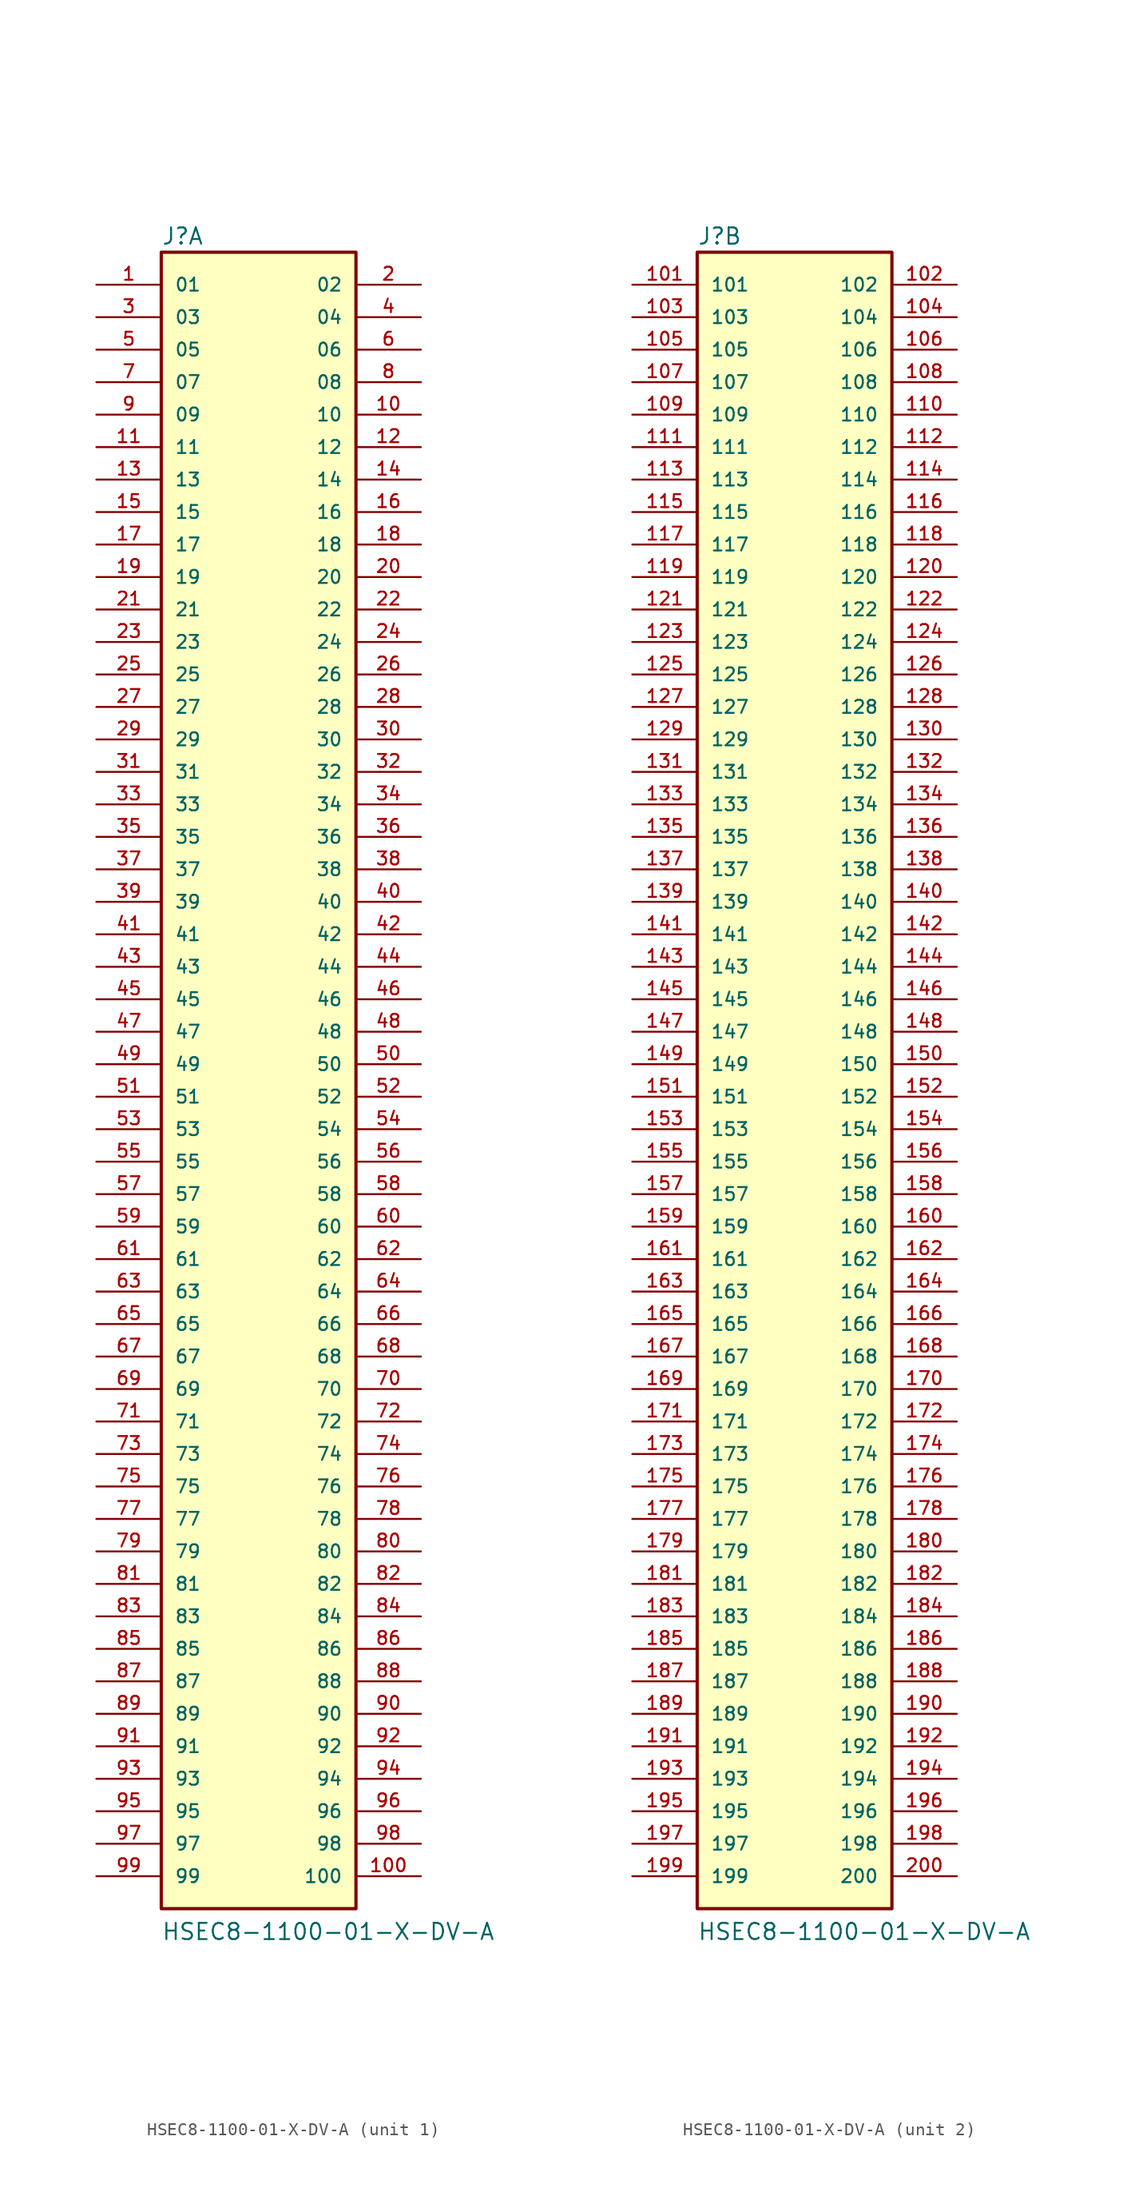
<source format=kicad_sym>
(kicad_symbol_lib
  (version 20231120)
  (generator "kicad_symbol_editor")
  (generator_version "8.0")
  (symbol "HSEC8-1100-01-X-DV-A"
    (pin_names
      (offset 1.016))
    (property "Reference" "J"
      (at -7.62 64.008 0)
      (effects (font (size 1.27 1.27)) (justify left bottom)))
    (property "Value" "HSEC8-1100-01-X-DV-A"
      (at -7.62 -68.58 0)
      (effects (font (size 1.27 1.27)) (justify left bottom)))
    (symbol "HSEC8-1100-01-X-DV-A_1_0"
      (rectangle (start -7.62 -66.04) (end 7.62 63.5) (stroke (width 0.254) (type default)) (fill (type background)))
      (pin passive line (at -12.7 60.96 0) (length 5.08) (name "01" (effects (font (size 1.016 1.016)))) (number "1" (effects (font (size 1.016 1.016)))))
      (pin passive line (at 12.7 50.8 180) (length 5.08) (name "10" (effects (font (size 1.016 1.016)))) (number "10" (effects (font (size 1.016 1.016)))))
      (pin passive line (at 12.7 -63.5 180) (length 5.08) (name "100" (effects (font (size 1.016 1.016)))) (number "100" (effects (font (size 1.016 1.016)))))
      (pin passive line (at -12.7 48.26 0) (length 5.08) (name "11" (effects (font (size 1.016 1.016)))) (number "11" (effects (font (size 1.016 1.016)))))
      (pin passive line (at 12.7 48.26 180) (length 5.08) (name "12" (effects (font (size 1.016 1.016)))) (number "12" (effects (font (size 1.016 1.016)))))
      (pin passive line (at -12.7 45.72 0) (length 5.08) (name "13" (effects (font (size 1.016 1.016)))) (number "13" (effects (font (size 1.016 1.016)))))
      (pin passive line (at 12.7 45.72 180) (length 5.08) (name "14" (effects (font (size 1.016 1.016)))) (number "14" (effects (font (size 1.016 1.016)))))
      (pin passive line (at -12.7 43.18 0) (length 5.08) (name "15" (effects (font (size 1.016 1.016)))) (number "15" (effects (font (size 1.016 1.016)))))
      (pin passive line (at 12.7 43.18 180) (length 5.08) (name "16" (effects (font (size 1.016 1.016)))) (number "16" (effects (font (size 1.016 1.016)))))
      (pin passive line (at -12.7 40.64 0) (length 5.08) (name "17" (effects (font (size 1.016 1.016)))) (number "17" (effects (font (size 1.016 1.016)))))
      (pin passive line (at 12.7 40.64 180) (length 5.08) (name "18" (effects (font (size 1.016 1.016)))) (number "18" (effects (font (size 1.016 1.016)))))
      (pin passive line (at -12.7 38.1 0) (length 5.08) (name "19" (effects (font (size 1.016 1.016)))) (number "19" (effects (font (size 1.016 1.016)))))
      (pin passive line (at 12.7 60.96 180) (length 5.08) (name "02" (effects (font (size 1.016 1.016)))) (number "2" (effects (font (size 1.016 1.016)))))
      (pin passive line (at 12.7 38.1 180) (length 5.08) (name "20" (effects (font (size 1.016 1.016)))) (number "20" (effects (font (size 1.016 1.016)))))
      (pin passive line (at -12.7 35.56 0) (length 5.08) (name "21" (effects (font (size 1.016 1.016)))) (number "21" (effects (font (size 1.016 1.016)))))
      (pin passive line (at 12.7 35.56 180) (length 5.08) (name "22" (effects (font (size 1.016 1.016)))) (number "22" (effects (font (size 1.016 1.016)))))
      (pin passive line (at -12.7 33.02 0) (length 5.08) (name "23" (effects (font (size 1.016 1.016)))) (number "23" (effects (font (size 1.016 1.016)))))
      (pin passive line (at 12.7 33.02 180) (length 5.08) (name "24" (effects (font (size 1.016 1.016)))) (number "24" (effects (font (size 1.016 1.016)))))
      (pin passive line (at -12.7 30.48 0) (length 5.08) (name "25" (effects (font (size 1.016 1.016)))) (number "25" (effects (font (size 1.016 1.016)))))
      (pin passive line (at 12.7 30.48 180) (length 5.08) (name "26" (effects (font (size 1.016 1.016)))) (number "26" (effects (font (size 1.016 1.016)))))
      (pin passive line (at -12.7 27.94 0) (length 5.08) (name "27" (effects (font (size 1.016 1.016)))) (number "27" (effects (font (size 1.016 1.016)))))
      (pin passive line (at 12.7 27.94 180) (length 5.08) (name "28" (effects (font (size 1.016 1.016)))) (number "28" (effects (font (size 1.016 1.016)))))
      (pin passive line (at -12.7 25.4 0) (length 5.08) (name "29" (effects (font (size 1.016 1.016)))) (number "29" (effects (font (size 1.016 1.016)))))
      (pin passive line (at -12.7 58.42 0) (length 5.08) (name "03" (effects (font (size 1.016 1.016)))) (number "3" (effects (font (size 1.016 1.016)))))
      (pin passive line (at 12.7 25.4 180) (length 5.08) (name "30" (effects (font (size 1.016 1.016)))) (number "30" (effects (font (size 1.016 1.016)))))
      (pin passive line (at -12.7 22.86 0) (length 5.08) (name "31" (effects (font (size 1.016 1.016)))) (number "31" (effects (font (size 1.016 1.016)))))
      (pin passive line (at 12.7 22.86 180) (length 5.08) (name "32" (effects (font (size 1.016 1.016)))) (number "32" (effects (font (size 1.016 1.016)))))
      (pin passive line (at -12.7 20.32 0) (length 5.08) (name "33" (effects (font (size 1.016 1.016)))) (number "33" (effects (font (size 1.016 1.016)))))
      (pin passive line (at 12.7 20.32 180) (length 5.08) (name "34" (effects (font (size 1.016 1.016)))) (number "34" (effects (font (size 1.016 1.016)))))
      (pin passive line (at -12.7 17.78 0) (length 5.08) (name "35" (effects (font (size 1.016 1.016)))) (number "35" (effects (font (size 1.016 1.016)))))
      (pin passive line (at 12.7 17.78 180) (length 5.08) (name "36" (effects (font (size 1.016 1.016)))) (number "36" (effects (font (size 1.016 1.016)))))
      (pin passive line (at -12.7 15.24 0) (length 5.08) (name "37" (effects (font (size 1.016 1.016)))) (number "37" (effects (font (size 1.016 1.016)))))
      (pin passive line (at 12.7 15.24 180) (length 5.08) (name "38" (effects (font (size 1.016 1.016)))) (number "38" (effects (font (size 1.016 1.016)))))
      (pin passive line (at -12.7 12.7 0) (length 5.08) (name "39" (effects (font (size 1.016 1.016)))) (number "39" (effects (font (size 1.016 1.016)))))
      (pin passive line (at 12.7 58.42 180) (length 5.08) (name "04" (effects (font (size 1.016 1.016)))) (number "4" (effects (font (size 1.016 1.016)))))
      (pin passive line (at 12.7 12.7 180) (length 5.08) (name "40" (effects (font (size 1.016 1.016)))) (number "40" (effects (font (size 1.016 1.016)))))
      (pin passive line (at -12.7 10.16 0) (length 5.08) (name "41" (effects (font (size 1.016 1.016)))) (number "41" (effects (font (size 1.016 1.016)))))
      (pin passive line (at 12.7 10.16 180) (length 5.08) (name "42" (effects (font (size 1.016 1.016)))) (number "42" (effects (font (size 1.016 1.016)))))
      (pin passive line (at -12.7 7.62 0) (length 5.08) (name "43" (effects (font (size 1.016 1.016)))) (number "43" (effects (font (size 1.016 1.016)))))
      (pin passive line (at 12.7 7.62 180) (length 5.08) (name "44" (effects (font (size 1.016 1.016)))) (number "44" (effects (font (size 1.016 1.016)))))
      (pin passive line (at -12.7 5.08 0) (length 5.08) (name "45" (effects (font (size 1.016 1.016)))) (number "45" (effects (font (size 1.016 1.016)))))
      (pin passive line (at 12.7 5.08 180) (length 5.08) (name "46" (effects (font (size 1.016 1.016)))) (number "46" (effects (font (size 1.016 1.016)))))
      (pin passive line (at -12.7 2.54 0) (length 5.08) (name "47" (effects (font (size 1.016 1.016)))) (number "47" (effects (font (size 1.016 1.016)))))
      (pin passive line (at 12.7 2.54 180) (length 5.08) (name "48" (effects (font (size 1.016 1.016)))) (number "48" (effects (font (size 1.016 1.016)))))
      (pin passive line (at -12.7 0 0) (length 5.08) (name "49" (effects (font (size 1.016 1.016)))) (number "49" (effects (font (size 1.016 1.016)))))
      (pin passive line (at -12.7 55.88 0) (length 5.08) (name "05" (effects (font (size 1.016 1.016)))) (number "5" (effects (font (size 1.016 1.016)))))
      (pin passive line (at 12.7 0 180) (length 5.08) (name "50" (effects (font (size 1.016 1.016)))) (number "50" (effects (font (size 1.016 1.016)))))
      (pin passive line (at -12.7 -2.54 0) (length 5.08) (name "51" (effects (font (size 1.016 1.016)))) (number "51" (effects (font (size 1.016 1.016)))))
      (pin passive line (at 12.7 -2.54 180) (length 5.08) (name "52" (effects (font (size 1.016 1.016)))) (number "52" (effects (font (size 1.016 1.016)))))
      (pin passive line (at -12.7 -5.08 0) (length 5.08) (name "53" (effects (font (size 1.016 1.016)))) (number "53" (effects (font (size 1.016 1.016)))))
      (pin passive line (at 12.7 -5.08 180) (length 5.08) (name "54" (effects (font (size 1.016 1.016)))) (number "54" (effects (font (size 1.016 1.016)))))
      (pin passive line (at -12.7 -7.62 0) (length 5.08) (name "55" (effects (font (size 1.016 1.016)))) (number "55" (effects (font (size 1.016 1.016)))))
      (pin passive line (at 12.7 -7.62 180) (length 5.08) (name "56" (effects (font (size 1.016 1.016)))) (number "56" (effects (font (size 1.016 1.016)))))
      (pin passive line (at -12.7 -10.16 0) (length 5.08) (name "57" (effects (font (size 1.016 1.016)))) (number "57" (effects (font (size 1.016 1.016)))))
      (pin passive line (at 12.7 -10.16 180) (length 5.08) (name "58" (effects (font (size 1.016 1.016)))) (number "58" (effects (font (size 1.016 1.016)))))
      (pin passive line (at -12.7 -12.7 0) (length 5.08) (name "59" (effects (font (size 1.016 1.016)))) (number "59" (effects (font (size 1.016 1.016)))))
      (pin passive line (at 12.7 55.88 180) (length 5.08) (name "06" (effects (font (size 1.016 1.016)))) (number "6" (effects (font (size 1.016 1.016)))))
      (pin passive line (at 12.7 -12.7 180) (length 5.08) (name "60" (effects (font (size 1.016 1.016)))) (number "60" (effects (font (size 1.016 1.016)))))
      (pin passive line (at -12.7 -15.24 0) (length 5.08) (name "61" (effects (font (size 1.016 1.016)))) (number "61" (effects (font (size 1.016 1.016)))))
      (pin passive line (at 12.7 -15.24 180) (length 5.08) (name "62" (effects (font (size 1.016 1.016)))) (number "62" (effects (font (size 1.016 1.016)))))
      (pin passive line (at -12.7 -17.78 0) (length 5.08) (name "63" (effects (font (size 1.016 1.016)))) (number "63" (effects (font (size 1.016 1.016)))))
      (pin passive line (at 12.7 -17.78 180) (length 5.08) (name "64" (effects (font (size 1.016 1.016)))) (number "64" (effects (font (size 1.016 1.016)))))
      (pin passive line (at -12.7 -20.32 0) (length 5.08) (name "65" (effects (font (size 1.016 1.016)))) (number "65" (effects (font (size 1.016 1.016)))))
      (pin passive line (at 12.7 -20.32 180) (length 5.08) (name "66" (effects (font (size 1.016 1.016)))) (number "66" (effects (font (size 1.016 1.016)))))
      (pin passive line (at -12.7 -22.86 0) (length 5.08) (name "67" (effects (font (size 1.016 1.016)))) (number "67" (effects (font (size 1.016 1.016)))))
      (pin passive line (at 12.7 -22.86 180) (length 5.08) (name "68" (effects (font (size 1.016 1.016)))) (number "68" (effects (font (size 1.016 1.016)))))
      (pin passive line (at -12.7 -25.4 0) (length 5.08) (name "69" (effects (font (size 1.016 1.016)))) (number "69" (effects (font (size 1.016 1.016)))))
      (pin passive line (at -12.7 53.34 0) (length 5.08) (name "07" (effects (font (size 1.016 1.016)))) (number "7" (effects (font (size 1.016 1.016)))))
      (pin passive line (at 12.7 -25.4 180) (length 5.08) (name "70" (effects (font (size 1.016 1.016)))) (number "70" (effects (font (size 1.016 1.016)))))
      (pin passive line (at -12.7 -27.94 0) (length 5.08) (name "71" (effects (font (size 1.016 1.016)))) (number "71" (effects (font (size 1.016 1.016)))))
      (pin passive line (at 12.7 -27.94 180) (length 5.08) (name "72" (effects (font (size 1.016 1.016)))) (number "72" (effects (font (size 1.016 1.016)))))
      (pin passive line (at -12.7 -30.48 0) (length 5.08) (name "73" (effects (font (size 1.016 1.016)))) (number "73" (effects (font (size 1.016 1.016)))))
      (pin passive line (at 12.7 -30.48 180) (length 5.08) (name "74" (effects (font (size 1.016 1.016)))) (number "74" (effects (font (size 1.016 1.016)))))
      (pin passive line (at -12.7 -33.02 0) (length 5.08) (name "75" (effects (font (size 1.016 1.016)))) (number "75" (effects (font (size 1.016 1.016)))))
      (pin passive line (at 12.7 -33.02 180) (length 5.08) (name "76" (effects (font (size 1.016 1.016)))) (number "76" (effects (font (size 1.016 1.016)))))
      (pin passive line (at -12.7 -35.56 0) (length 5.08) (name "77" (effects (font (size 1.016 1.016)))) (number "77" (effects (font (size 1.016 1.016)))))
      (pin passive line (at 12.7 -35.56 180) (length 5.08) (name "78" (effects (font (size 1.016 1.016)))) (number "78" (effects (font (size 1.016 1.016)))))
      (pin passive line (at -12.7 -38.1 0) (length 5.08) (name "79" (effects (font (size 1.016 1.016)))) (number "79" (effects (font (size 1.016 1.016)))))
      (pin passive line (at 12.7 53.34 180) (length 5.08) (name "08" (effects (font (size 1.016 1.016)))) (number "8" (effects (font (size 1.016 1.016)))))
      (pin passive line (at 12.7 -38.1 180) (length 5.08) (name "80" (effects (font (size 1.016 1.016)))) (number "80" (effects (font (size 1.016 1.016)))))
      (pin passive line (at -12.7 -40.64 0) (length 5.08) (name "81" (effects (font (size 1.016 1.016)))) (number "81" (effects (font (size 1.016 1.016)))))
      (pin passive line (at 12.7 -40.64 180) (length 5.08) (name "82" (effects (font (size 1.016 1.016)))) (number "82" (effects (font (size 1.016 1.016)))))
      (pin passive line (at -12.7 -43.18 0) (length 5.08) (name "83" (effects (font (size 1.016 1.016)))) (number "83" (effects (font (size 1.016 1.016)))))
      (pin passive line (at 12.7 -43.18 180) (length 5.08) (name "84" (effects (font (size 1.016 1.016)))) (number "84" (effects (font (size 1.016 1.016)))))
      (pin passive line (at -12.7 -45.72 0) (length 5.08) (name "85" (effects (font (size 1.016 1.016)))) (number "85" (effects (font (size 1.016 1.016)))))
      (pin passive line (at 12.7 -45.72 180) (length 5.08) (name "86" (effects (font (size 1.016 1.016)))) (number "86" (effects (font (size 1.016 1.016)))))
      (pin passive line (at -12.7 -48.26 0) (length 5.08) (name "87" (effects (font (size 1.016 1.016)))) (number "87" (effects (font (size 1.016 1.016)))))
      (pin passive line (at 12.7 -48.26 180) (length 5.08) (name "88" (effects (font (size 1.016 1.016)))) (number "88" (effects (font (size 1.016 1.016)))))
      (pin passive line (at -12.7 -50.8 0) (length 5.08) (name "89" (effects (font (size 1.016 1.016)))) (number "89" (effects (font (size 1.016 1.016)))))
      (pin passive line (at -12.7 50.8 0) (length 5.08) (name "09" (effects (font (size 1.016 1.016)))) (number "9" (effects (font (size 1.016 1.016)))))
      (pin passive line (at 12.7 -50.8 180) (length 5.08) (name "90" (effects (font (size 1.016 1.016)))) (number "90" (effects (font (size 1.016 1.016)))))
      (pin passive line (at -12.7 -53.34 0) (length 5.08) (name "91" (effects (font (size 1.016 1.016)))) (number "91" (effects (font (size 1.016 1.016)))))
      (pin passive line (at 12.7 -53.34 180) (length 5.08) (name "92" (effects (font (size 1.016 1.016)))) (number "92" (effects (font (size 1.016 1.016)))))
      (pin passive line (at -12.7 -55.88 0) (length 5.08) (name "93" (effects (font (size 1.016 1.016)))) (number "93" (effects (font (size 1.016 1.016)))))
      (pin passive line (at 12.7 -55.88 180) (length 5.08) (name "94" (effects (font (size 1.016 1.016)))) (number "94" (effects (font (size 1.016 1.016)))))
      (pin passive line (at -12.7 -58.42 0) (length 5.08) (name "95" (effects (font (size 1.016 1.016)))) (number "95" (effects (font (size 1.016 1.016)))))
      (pin passive line (at 12.7 -58.42 180) (length 5.08) (name "96" (effects (font (size 1.016 1.016)))) (number "96" (effects (font (size 1.016 1.016)))))
      (pin passive line (at -12.7 -60.96 0) (length 5.08) (name "97" (effects (font (size 1.016 1.016)))) (number "97" (effects (font (size 1.016 1.016)))))
      (pin passive line (at 12.7 -60.96 180) (length 5.08) (name "98" (effects (font (size 1.016 1.016)))) (number "98" (effects (font (size 1.016 1.016)))))
      (pin passive line (at -12.7 -63.5 0) (length 5.08) (name "99" (effects (font (size 1.016 1.016)))) (number "99" (effects (font (size 1.016 1.016))))))
    (symbol "HSEC8-1100-01-X-DV-A_2_0"
      (rectangle (start -7.62 -66.04) (end 7.62 63.5) (stroke (width 0.254) (type default)) (fill (type background)))
      (pin passive line (at -12.7 60.96 0) (length 5.08) (name "101" (effects (font (size 1.016 1.016)))) (number "101" (effects (font (size 1.016 1.016)))))
      (pin passive line (at 12.7 60.96 180) (length 5.08) (name "102" (effects (font (size 1.016 1.016)))) (number "102" (effects (font (size 1.016 1.016)))))
      (pin passive line (at -12.7 58.42 0) (length 5.08) (name "103" (effects (font (size 1.016 1.016)))) (number "103" (effects (font (size 1.016 1.016)))))
      (pin passive line (at 12.7 58.42 180) (length 5.08) (name "104" (effects (font (size 1.016 1.016)))) (number "104" (effects (font (size 1.016 1.016)))))
      (pin passive line (at -12.7 55.88 0) (length 5.08) (name "105" (effects (font (size 1.016 1.016)))) (number "105" (effects (font (size 1.016 1.016)))))
      (pin passive line (at 12.7 55.88 180) (length 5.08) (name "106" (effects (font (size 1.016 1.016)))) (number "106" (effects (font (size 1.016 1.016)))))
      (pin passive line (at -12.7 53.34 0) (length 5.08) (name "107" (effects (font (size 1.016 1.016)))) (number "107" (effects (font (size 1.016 1.016)))))
      (pin passive line (at 12.7 53.34 180) (length 5.08) (name "108" (effects (font (size 1.016 1.016)))) (number "108" (effects (font (size 1.016 1.016)))))
      (pin passive line (at -12.7 50.8 0) (length 5.08) (name "109" (effects (font (size 1.016 1.016)))) (number "109" (effects (font (size 1.016 1.016)))))
      (pin passive line (at 12.7 50.8 180) (length 5.08) (name "110" (effects (font (size 1.016 1.016)))) (number "110" (effects (font (size 1.016 1.016)))))
      (pin passive line (at -12.7 48.26 0) (length 5.08) (name "111" (effects (font (size 1.016 1.016)))) (number "111" (effects (font (size 1.016 1.016)))))
      (pin passive line (at 12.7 48.26 180) (length 5.08) (name "112" (effects (font (size 1.016 1.016)))) (number "112" (effects (font (size 1.016 1.016)))))
      (pin passive line (at -12.7 45.72 0) (length 5.08) (name "113" (effects (font (size 1.016 1.016)))) (number "113" (effects (font (size 1.016 1.016)))))
      (pin passive line (at 12.7 45.72 180) (length 5.08) (name "114" (effects (font (size 1.016 1.016)))) (number "114" (effects (font (size 1.016 1.016)))))
      (pin passive line (at -12.7 43.18 0) (length 5.08) (name "115" (effects (font (size 1.016 1.016)))) (number "115" (effects (font (size 1.016 1.016)))))
      (pin passive line (at 12.7 43.18 180) (length 5.08) (name "116" (effects (font (size 1.016 1.016)))) (number "116" (effects (font (size 1.016 1.016)))))
      (pin passive line (at -12.7 40.64 0) (length 5.08) (name "117" (effects (font (size 1.016 1.016)))) (number "117" (effects (font (size 1.016 1.016)))))
      (pin passive line (at 12.7 40.64 180) (length 5.08) (name "118" (effects (font (size 1.016 1.016)))) (number "118" (effects (font (size 1.016 1.016)))))
      (pin passive line (at -12.7 38.1 0) (length 5.08) (name "119" (effects (font (size 1.016 1.016)))) (number "119" (effects (font (size 1.016 1.016)))))
      (pin passive line (at 12.7 38.1 180) (length 5.08) (name "120" (effects (font (size 1.016 1.016)))) (number "120" (effects (font (size 1.016 1.016)))))
      (pin passive line (at -12.7 35.56 0) (length 5.08) (name "121" (effects (font (size 1.016 1.016)))) (number "121" (effects (font (size 1.016 1.016)))))
      (pin passive line (at 12.7 35.56 180) (length 5.08) (name "122" (effects (font (size 1.016 1.016)))) (number "122" (effects (font (size 1.016 1.016)))))
      (pin passive line (at -12.7 33.02 0) (length 5.08) (name "123" (effects (font (size 1.016 1.016)))) (number "123" (effects (font (size 1.016 1.016)))))
      (pin passive line (at 12.7 33.02 180) (length 5.08) (name "124" (effects (font (size 1.016 1.016)))) (number "124" (effects (font (size 1.016 1.016)))))
      (pin passive line (at -12.7 30.48 0) (length 5.08) (name "125" (effects (font (size 1.016 1.016)))) (number "125" (effects (font (size 1.016 1.016)))))
      (pin passive line (at 12.7 30.48 180) (length 5.08) (name "126" (effects (font (size 1.016 1.016)))) (number "126" (effects (font (size 1.016 1.016)))))
      (pin passive line (at -12.7 27.94 0) (length 5.08) (name "127" (effects (font (size 1.016 1.016)))) (number "127" (effects (font (size 1.016 1.016)))))
      (pin passive line (at 12.7 27.94 180) (length 5.08) (name "128" (effects (font (size 1.016 1.016)))) (number "128" (effects (font (size 1.016 1.016)))))
      (pin passive line (at -12.7 25.4 0) (length 5.08) (name "129" (effects (font (size 1.016 1.016)))) (number "129" (effects (font (size 1.016 1.016)))))
      (pin passive line (at 12.7 25.4 180) (length 5.08) (name "130" (effects (font (size 1.016 1.016)))) (number "130" (effects (font (size 1.016 1.016)))))
      (pin passive line (at -12.7 22.86 0) (length 5.08) (name "131" (effects (font (size 1.016 1.016)))) (number "131" (effects (font (size 1.016 1.016)))))
      (pin passive line (at 12.7 22.86 180) (length 5.08) (name "132" (effects (font (size 1.016 1.016)))) (number "132" (effects (font (size 1.016 1.016)))))
      (pin passive line (at -12.7 20.32 0) (length 5.08) (name "133" (effects (font (size 1.016 1.016)))) (number "133" (effects (font (size 1.016 1.016)))))
      (pin passive line (at 12.7 20.32 180) (length 5.08) (name "134" (effects (font (size 1.016 1.016)))) (number "134" (effects (font (size 1.016 1.016)))))
      (pin passive line (at -12.7 17.78 0) (length 5.08) (name "135" (effects (font (size 1.016 1.016)))) (number "135" (effects (font (size 1.016 1.016)))))
      (pin passive line (at 12.7 17.78 180) (length 5.08) (name "136" (effects (font (size 1.016 1.016)))) (number "136" (effects (font (size 1.016 1.016)))))
      (pin passive line (at -12.7 15.24 0) (length 5.08) (name "137" (effects (font (size 1.016 1.016)))) (number "137" (effects (font (size 1.016 1.016)))))
      (pin passive line (at 12.7 15.24 180) (length 5.08) (name "138" (effects (font (size 1.016 1.016)))) (number "138" (effects (font (size 1.016 1.016)))))
      (pin passive line (at -12.7 12.7 0) (length 5.08) (name "139" (effects (font (size 1.016 1.016)))) (number "139" (effects (font (size 1.016 1.016)))))
      (pin passive line (at 12.7 12.7 180) (length 5.08) (name "140" (effects (font (size 1.016 1.016)))) (number "140" (effects (font (size 1.016 1.016)))))
      (pin passive line (at -12.7 10.16 0) (length 5.08) (name "141" (effects (font (size 1.016 1.016)))) (number "141" (effects (font (size 1.016 1.016)))))
      (pin passive line (at 12.7 10.16 180) (length 5.08) (name "142" (effects (font (size 1.016 1.016)))) (number "142" (effects (font (size 1.016 1.016)))))
      (pin passive line (at -12.7 7.62 0) (length 5.08) (name "143" (effects (font (size 1.016 1.016)))) (number "143" (effects (font (size 1.016 1.016)))))
      (pin passive line (at 12.7 7.62 180) (length 5.08) (name "144" (effects (font (size 1.016 1.016)))) (number "144" (effects (font (size 1.016 1.016)))))
      (pin passive line (at -12.7 5.08 0) (length 5.08) (name "145" (effects (font (size 1.016 1.016)))) (number "145" (effects (font (size 1.016 1.016)))))
      (pin passive line (at 12.7 5.08 180) (length 5.08) (name "146" (effects (font (size 1.016 1.016)))) (number "146" (effects (font (size 1.016 1.016)))))
      (pin passive line (at -12.7 2.54 0) (length 5.08) (name "147" (effects (font (size 1.016 1.016)))) (number "147" (effects (font (size 1.016 1.016)))))
      (pin passive line (at 12.7 2.54 180) (length 5.08) (name "148" (effects (font (size 1.016 1.016)))) (number "148" (effects (font (size 1.016 1.016)))))
      (pin passive line (at -12.7 0 0) (length 5.08) (name "149" (effects (font (size 1.016 1.016)))) (number "149" (effects (font (size 1.016 1.016)))))
      (pin passive line (at 12.7 0 180) (length 5.08) (name "150" (effects (font (size 1.016 1.016)))) (number "150" (effects (font (size 1.016 1.016)))))
      (pin passive line (at -12.7 -2.54 0) (length 5.08) (name "151" (effects (font (size 1.016 1.016)))) (number "151" (effects (font (size 1.016 1.016)))))
      (pin passive line (at 12.7 -2.54 180) (length 5.08) (name "152" (effects (font (size 1.016 1.016)))) (number "152" (effects (font (size 1.016 1.016)))))
      (pin passive line (at -12.7 -5.08 0) (length 5.08) (name "153" (effects (font (size 1.016 1.016)))) (number "153" (effects (font (size 1.016 1.016)))))
      (pin passive line (at 12.7 -5.08 180) (length 5.08) (name "154" (effects (font (size 1.016 1.016)))) (number "154" (effects (font (size 1.016 1.016)))))
      (pin passive line (at -12.7 -7.62 0) (length 5.08) (name "155" (effects (font (size 1.016 1.016)))) (number "155" (effects (font (size 1.016 1.016)))))
      (pin passive line (at 12.7 -7.62 180) (length 5.08) (name "156" (effects (font (size 1.016 1.016)))) (number "156" (effects (font (size 1.016 1.016)))))
      (pin passive line (at -12.7 -10.16 0) (length 5.08) (name "157" (effects (font (size 1.016 1.016)))) (number "157" (effects (font (size 1.016 1.016)))))
      (pin passive line (at 12.7 -10.16 180) (length 5.08) (name "158" (effects (font (size 1.016 1.016)))) (number "158" (effects (font (size 1.016 1.016)))))
      (pin passive line (at -12.7 -12.7 0) (length 5.08) (name "159" (effects (font (size 1.016 1.016)))) (number "159" (effects (font (size 1.016 1.016)))))
      (pin passive line (at 12.7 -12.7 180) (length 5.08) (name "160" (effects (font (size 1.016 1.016)))) (number "160" (effects (font (size 1.016 1.016)))))
      (pin passive line (at -12.7 -15.24 0) (length 5.08) (name "161" (effects (font (size 1.016 1.016)))) (number "161" (effects (font (size 1.016 1.016)))))
      (pin passive line (at 12.7 -15.24 180) (length 5.08) (name "162" (effects (font (size 1.016 1.016)))) (number "162" (effects (font (size 1.016 1.016)))))
      (pin passive line (at -12.7 -17.78 0) (length 5.08) (name "163" (effects (font (size 1.016 1.016)))) (number "163" (effects (font (size 1.016 1.016)))))
      (pin passive line (at 12.7 -17.78 180) (length 5.08) (name "164" (effects (font (size 1.016 1.016)))) (number "164" (effects (font (size 1.016 1.016)))))
      (pin passive line (at -12.7 -20.32 0) (length 5.08) (name "165" (effects (font (size 1.016 1.016)))) (number "165" (effects (font (size 1.016 1.016)))))
      (pin passive line (at 12.7 -20.32 180) (length 5.08) (name "166" (effects (font (size 1.016 1.016)))) (number "166" (effects (font (size 1.016 1.016)))))
      (pin passive line (at -12.7 -22.86 0) (length 5.08) (name "167" (effects (font (size 1.016 1.016)))) (number "167" (effects (font (size 1.016 1.016)))))
      (pin passive line (at 12.7 -22.86 180) (length 5.08) (name "168" (effects (font (size 1.016 1.016)))) (number "168" (effects (font (size 1.016 1.016)))))
      (pin passive line (at -12.7 -25.4 0) (length 5.08) (name "169" (effects (font (size 1.016 1.016)))) (number "169" (effects (font (size 1.016 1.016)))))
      (pin passive line (at 12.7 -25.4 180) (length 5.08) (name "170" (effects (font (size 1.016 1.016)))) (number "170" (effects (font (size 1.016 1.016)))))
      (pin passive line (at -12.7 -27.94 0) (length 5.08) (name "171" (effects (font (size 1.016 1.016)))) (number "171" (effects (font (size 1.016 1.016)))))
      (pin passive line (at 12.7 -27.94 180) (length 5.08) (name "172" (effects (font (size 1.016 1.016)))) (number "172" (effects (font (size 1.016 1.016)))))
      (pin passive line (at -12.7 -30.48 0) (length 5.08) (name "173" (effects (font (size 1.016 1.016)))) (number "173" (effects (font (size 1.016 1.016)))))
      (pin passive line (at 12.7 -30.48 180) (length 5.08) (name "174" (effects (font (size 1.016 1.016)))) (number "174" (effects (font (size 1.016 1.016)))))
      (pin passive line (at -12.7 -33.02 0) (length 5.08) (name "175" (effects (font (size 1.016 1.016)))) (number "175" (effects (font (size 1.016 1.016)))))
      (pin passive line (at 12.7 -33.02 180) (length 5.08) (name "176" (effects (font (size 1.016 1.016)))) (number "176" (effects (font (size 1.016 1.016)))))
      (pin passive line (at -12.7 -35.56 0) (length 5.08) (name "177" (effects (font (size 1.016 1.016)))) (number "177" (effects (font (size 1.016 1.016)))))
      (pin passive line (at 12.7 -35.56 180) (length 5.08) (name "178" (effects (font (size 1.016 1.016)))) (number "178" (effects (font (size 1.016 1.016)))))
      (pin passive line (at -12.7 -38.1 0) (length 5.08) (name "179" (effects (font (size 1.016 1.016)))) (number "179" (effects (font (size 1.016 1.016)))))
      (pin passive line (at 12.7 -38.1 180) (length 5.08) (name "180" (effects (font (size 1.016 1.016)))) (number "180" (effects (font (size 1.016 1.016)))))
      (pin passive line (at -12.7 -40.64 0) (length 5.08) (name "181" (effects (font (size 1.016 1.016)))) (number "181" (effects (font (size 1.016 1.016)))))
      (pin passive line (at 12.7 -40.64 180) (length 5.08) (name "182" (effects (font (size 1.016 1.016)))) (number "182" (effects (font (size 1.016 1.016)))))
      (pin passive line (at -12.7 -43.18 0) (length 5.08) (name "183" (effects (font (size 1.016 1.016)))) (number "183" (effects (font (size 1.016 1.016)))))
      (pin passive line (at 12.7 -43.18 180) (length 5.08) (name "184" (effects (font (size 1.016 1.016)))) (number "184" (effects (font (size 1.016 1.016)))))
      (pin passive line (at -12.7 -45.72 0) (length 5.08) (name "185" (effects (font (size 1.016 1.016)))) (number "185" (effects (font (size 1.016 1.016)))))
      (pin passive line (at 12.7 -45.72 180) (length 5.08) (name "186" (effects (font (size 1.016 1.016)))) (number "186" (effects (font (size 1.016 1.016)))))
      (pin passive line (at -12.7 -48.26 0) (length 5.08) (name "187" (effects (font (size 1.016 1.016)))) (number "187" (effects (font (size 1.016 1.016)))))
      (pin passive line (at 12.7 -48.26 180) (length 5.08) (name "188" (effects (font (size 1.016 1.016)))) (number "188" (effects (font (size 1.016 1.016)))))
      (pin passive line (at -12.7 -50.8 0) (length 5.08) (name "189" (effects (font (size 1.016 1.016)))) (number "189" (effects (font (size 1.016 1.016)))))
      (pin passive line (at 12.7 -50.8 180) (length 5.08) (name "190" (effects (font (size 1.016 1.016)))) (number "190" (effects (font (size 1.016 1.016)))))
      (pin passive line (at -12.7 -53.34 0) (length 5.08) (name "191" (effects (font (size 1.016 1.016)))) (number "191" (effects (font (size 1.016 1.016)))))
      (pin passive line (at 12.7 -53.34 180) (length 5.08) (name "192" (effects (font (size 1.016 1.016)))) (number "192" (effects (font (size 1.016 1.016)))))
      (pin passive line (at -12.7 -55.88 0) (length 5.08) (name "193" (effects (font (size 1.016 1.016)))) (number "193" (effects (font (size 1.016 1.016)))))
      (pin passive line (at 12.7 -55.88 180) (length 5.08) (name "194" (effects (font (size 1.016 1.016)))) (number "194" (effects (font (size 1.016 1.016)))))
      (pin passive line (at -12.7 -58.42 0) (length 5.08) (name "195" (effects (font (size 1.016 1.016)))) (number "195" (effects (font (size 1.016 1.016)))))
      (pin passive line (at 12.7 -58.42 180) (length 5.08) (name "196" (effects (font (size 1.016 1.016)))) (number "196" (effects (font (size 1.016 1.016)))))
      (pin passive line (at -12.7 -60.96 0) (length 5.08) (name "197" (effects (font (size 1.016 1.016)))) (number "197" (effects (font (size 1.016 1.016)))))
      (pin passive line (at 12.7 -60.96 180) (length 5.08) (name "198" (effects (font (size 1.016 1.016)))) (number "198" (effects (font (size 1.016 1.016)))))
      (pin passive line (at -12.7 -63.5 0) (length 5.08) (name "199" (effects (font (size 1.016 1.016)))) (number "199" (effects (font (size 1.016 1.016)))))
      (pin passive line (at 12.7 -63.5 180) (length 5.08) (name "200" (effects (font (size 1.016 1.016)))) (number "200" (effects (font (size 1.016 1.016))))))))
</source>
